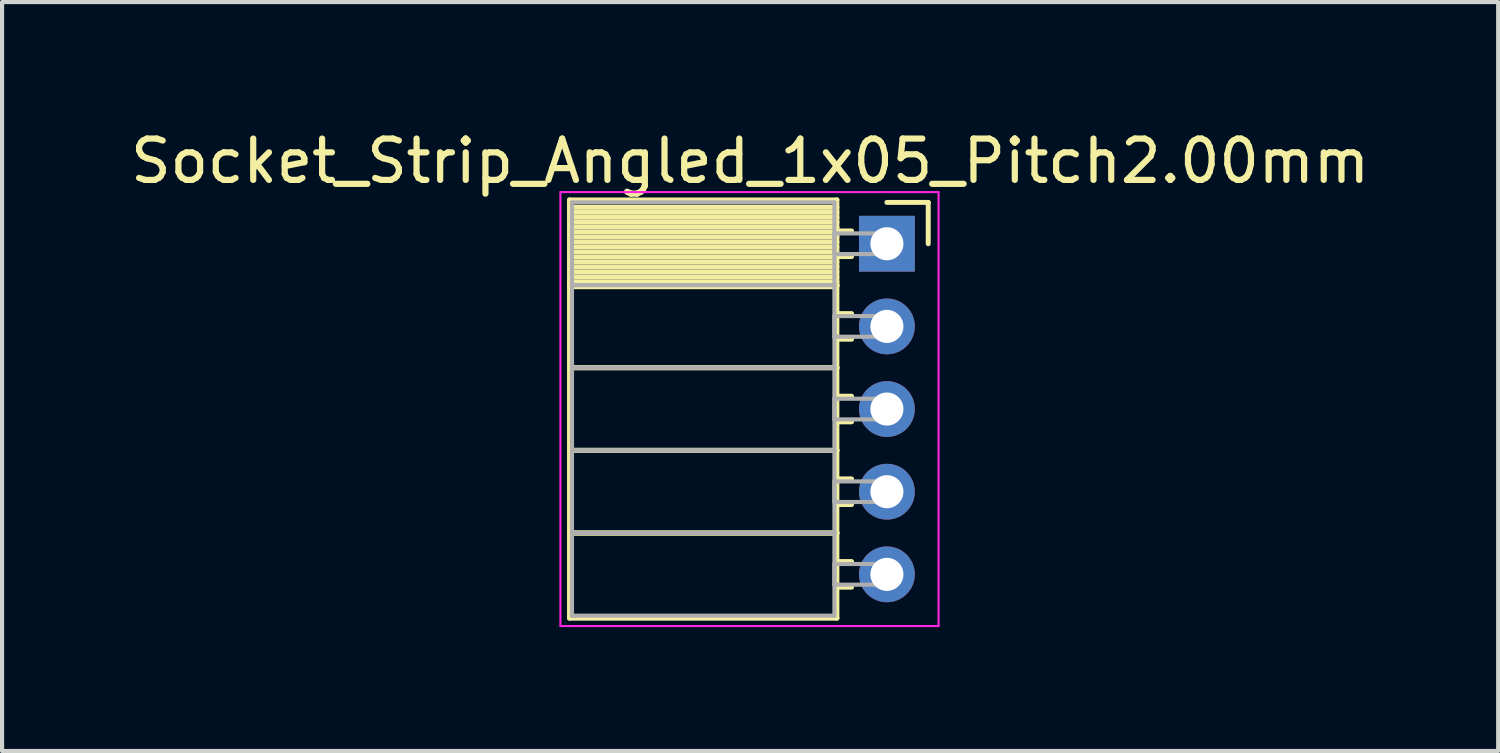
<source format=kicad_pcb>
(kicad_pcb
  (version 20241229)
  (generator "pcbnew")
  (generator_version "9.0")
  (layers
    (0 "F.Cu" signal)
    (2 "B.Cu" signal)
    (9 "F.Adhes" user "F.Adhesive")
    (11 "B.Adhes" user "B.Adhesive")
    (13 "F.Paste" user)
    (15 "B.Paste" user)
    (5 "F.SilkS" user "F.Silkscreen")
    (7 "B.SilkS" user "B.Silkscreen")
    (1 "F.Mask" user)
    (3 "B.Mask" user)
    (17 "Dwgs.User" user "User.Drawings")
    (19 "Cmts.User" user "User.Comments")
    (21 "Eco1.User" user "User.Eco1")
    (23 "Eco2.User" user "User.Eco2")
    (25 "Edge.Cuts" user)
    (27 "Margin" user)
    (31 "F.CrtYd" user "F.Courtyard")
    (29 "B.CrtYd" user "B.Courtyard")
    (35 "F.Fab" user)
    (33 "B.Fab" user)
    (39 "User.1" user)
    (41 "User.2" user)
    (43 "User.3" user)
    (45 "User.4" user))
  (footprint "Socket_Strip_Angled_1x05_Pitch2.00mm"
    (layer "F.Cu")
    (at 18.411 2.848)
    (property "Reference" "Socket_Strip_Angled_1x05_Pitch2.00mm" (at -3.31 -2 0) (layer "F.SilkS") (effects (font (size 1 1) (thickness 0.15))))
    (attr through_hole)
    (fp_line (start -7.68 -1.06) (end -1.21 -1.06) (stroke (width 0.12) (type solid)) (layer "F.SilkS"))
    (fp_line (start -7.68 1) (end -7.68 -1.06) (stroke (width 0.12) (type solid)) (layer "F.SilkS"))
    (fp_line (start -7.68 1) (end -1.21 1) (stroke (width 0.12) (type solid)) (layer "F.SilkS"))
    (fp_line (start -7.68 3) (end -7.68 1) (stroke (width 0.12) (type solid)) (layer "F.SilkS"))
    (fp_line (start -7.68 3) (end -1.21 3) (stroke (width 0.12) (type solid)) (layer "F.SilkS"))
    (fp_line (start -7.68 5) (end -7.68 3) (stroke (width 0.12) (type solid)) (layer "F.SilkS"))
    (fp_line (start -7.68 5) (end -1.21 5) (stroke (width 0.12) (type solid)) (layer "F.SilkS"))
    (fp_line (start -7.68 7) (end -7.68 5) (stroke (width 0.12) (type solid)) (layer "F.SilkS"))
    (fp_line (start -7.68 7) (end -1.21 7) (stroke (width 0.12) (type solid)) (layer "F.SilkS"))
    (fp_line (start -7.68 9.06) (end -7.68 7) (stroke (width 0.12) (type solid)) (layer "F.SilkS"))
    (fp_line (start -1.21 -1.06) (end -1.21 1) (stroke (width 0.12) (type solid)) (layer "F.SilkS"))
    (fp_line (start -1.21 -0.88) (end -7.68 -0.88) (stroke (width 0.12) (type solid)) (layer "F.SilkS"))
    (fp_line (start -1.21 -0.76) (end -7.68 -0.76) (stroke (width 0.12) (type solid)) (layer "F.SilkS"))
    (fp_line (start -1.21 -0.64) (end -7.68 -0.64) (stroke (width 0.12) (type solid)) (layer "F.SilkS"))
    (fp_line (start -1.21 -0.52) (end -7.68 -0.52) (stroke (width 0.12) (type solid)) (layer "F.SilkS"))
    (fp_line (start -1.21 -0.4) (end -7.68 -0.4) (stroke (width 0.12) (type solid)) (layer "F.SilkS"))
    (fp_line (start -1.21 -0.28) (end -7.68 -0.28) (stroke (width 0.12) (type solid)) (layer "F.SilkS"))
    (fp_line (start -1.21 -0.16) (end -7.68 -0.16) (stroke (width 0.12) (type solid)) (layer "F.SilkS"))
    (fp_line (start -1.21 -0.04) (end -7.68 -0.04) (stroke (width 0.12) (type solid)) (layer "F.SilkS"))
    (fp_line (start -1.21 0.08) (end -7.68 0.08) (stroke (width 0.12) (type solid)) (layer "F.SilkS"))
    (fp_line (start -1.21 0.2) (end -7.68 0.2) (stroke (width 0.12) (type solid)) (layer "F.SilkS"))
    (fp_line (start -1.21 0.32) (end -7.68 0.32) (stroke (width 0.12) (type solid)) (layer "F.SilkS"))
    (fp_line (start -1.21 0.44) (end -7.68 0.44) (stroke (width 0.12) (type solid)) (layer "F.SilkS"))
    (fp_line (start -1.21 0.56) (end -7.68 0.56) (stroke (width 0.12) (type solid)) (layer "F.SilkS"))
    (fp_line (start -1.21 0.68) (end -7.68 0.68) (stroke (width 0.12) (type solid)) (layer "F.SilkS"))
    (fp_line (start -1.21 0.8) (end -7.68 0.8) (stroke (width 0.12) (type solid)) (layer "F.SilkS"))
    (fp_line (start -1.21 0.92) (end -7.68 0.92) (stroke (width 0.12) (type solid)) (layer "F.SilkS"))
    (fp_line (start -1.21 1) (end -7.68 1) (stroke (width 0.12) (type solid)) (layer "F.SilkS"))
    (fp_line (start -1.21 1) (end -1.21 3) (stroke (width 0.12) (type solid)) (layer "F.SilkS"))
    (fp_line (start -1.21 1.04) (end -7.68 1.04) (stroke (width 0.12) (type solid)) (layer "F.SilkS"))
    (fp_line (start -1.21 3) (end -7.68 3) (stroke (width 0.12) (type solid)) (layer "F.SilkS"))
    (fp_line (start -1.21 3) (end -1.21 5) (stroke (width 0.12) (type solid)) (layer "F.SilkS"))
    (fp_line (start -1.21 5) (end -7.68 5) (stroke (width 0.12) (type solid)) (layer "F.SilkS"))
    (fp_line (start -1.21 5) (end -1.21 7) (stroke (width 0.12) (type solid)) (layer "F.SilkS"))
    (fp_line (start -1.21 7) (end -7.68 7) (stroke (width 0.12) (type solid)) (layer "F.SilkS"))
    (fp_line (start -1.21 7) (end -1.21 9.06) (stroke (width 0.12) (type solid)) (layer "F.SilkS"))
    (fp_line (start -1.21 9.06) (end -7.68 9.06) (stroke (width 0.12) (type solid)) (layer "F.SilkS"))
    (fp_line (start -0.855 -0.31) (end -1.21 -0.31) (stroke (width 0.12) (type solid)) (layer "F.SilkS"))
    (fp_line (start -0.855 0.31) (end -1.21 0.31) (stroke (width 0.12) (type solid)) (layer "F.SilkS"))
    (fp_line (start -0.855 1.69) (end -1.21 1.69) (stroke (width 0.12) (type solid)) (layer "F.SilkS"))
    (fp_line (start -0.855 2.31) (end -1.21 2.31) (stroke (width 0.12) (type solid)) (layer "F.SilkS"))
    (fp_line (start -0.855 3.69) (end -1.21 3.69) (stroke (width 0.12) (type solid)) (layer "F.SilkS"))
    (fp_line (start -0.855 4.31) (end -1.21 4.31) (stroke (width 0.12) (type solid)) (layer "F.SilkS"))
    (fp_line (start -0.855 5.69) (end -1.21 5.69) (stroke (width 0.12) (type solid)) (layer "F.SilkS"))
    (fp_line (start -0.855 6.31) (end -1.21 6.31) (stroke (width 0.12) (type solid)) (layer "F.SilkS"))
    (fp_line (start -0.855 7.69) (end -1.21 7.69) (stroke (width 0.12) (type solid)) (layer "F.SilkS"))
    (fp_line (start -0.855 8.31) (end -1.21 8.31) (stroke (width 0.12) (type solid)) (layer "F.SilkS"))
    (fp_line (start 0 -1) (end 1 -1) (stroke (width 0.12) (type solid)) (layer "F.SilkS"))
    (fp_line (start 1 -1) (end 1 0) (stroke (width 0.12) (type solid)) (layer "F.SilkS"))
    (fp_line (start -7.9 -1.25) (end 1.25 -1.25) (stroke (width 0.05) (type solid)) (layer "F.CrtYd"))
    (fp_line (start -7.9 9.25) (end -7.9 -1.25) (stroke (width 0.05) (type solid)) (layer "F.CrtYd"))
    (fp_line (start 1.25 -1.25) (end 1.25 9.25) (stroke (width 0.05) (type solid)) (layer "F.CrtYd"))
    (fp_line (start 1.25 9.25) (end -7.9 9.25) (stroke (width 0.05) (type solid)) (layer "F.CrtYd"))
    (fp_line (start -7.62 -1) (end -1.27 -1) (stroke (width 0.1) (type solid)) (layer "F.Fab"))
    (fp_line (start -7.62 1) (end -7.62 -1) (stroke (width 0.1) (type solid)) (layer "F.Fab"))
    (fp_line (start -7.62 1) (end -1.27 1) (stroke (width 0.1) (type solid)) (layer "F.Fab"))
    (fp_line (start -7.62 3) (end -7.62 1) (stroke (width 0.1) (type solid)) (layer "F.Fab"))
    (fp_line (start -7.62 3) (end -1.27 3) (stroke (width 0.1) (type solid)) (layer "F.Fab"))
    (fp_line (start -7.62 5) (end -7.62 3) (stroke (width 0.1) (type solid)) (layer "F.Fab"))
    (fp_line (start -7.62 5) (end -1.27 5) (stroke (width 0.1) (type solid)) (layer "F.Fab"))
    (fp_line (start -7.62 7) (end -7.62 5) (stroke (width 0.1) (type solid)) (layer "F.Fab"))
    (fp_line (start -7.62 7) (end -1.27 7) (stroke (width 0.1) (type solid)) (layer "F.Fab"))
    (fp_line (start -7.62 9) (end -7.62 7) (stroke (width 0.1) (type solid)) (layer "F.Fab"))
    (fp_line (start -1.27 -1) (end -1.27 1) (stroke (width 0.1) (type solid)) (layer "F.Fab"))
    (fp_line (start -1.27 -0.25) (end 0 -0.25) (stroke (width 0.1) (type solid)) (layer "F.Fab"))
    (fp_line (start -1.27 0.25) (end -1.27 -0.25) (stroke (width 0.1) (type solid)) (layer "F.Fab"))
    (fp_line (start -1.27 1) (end -7.62 1) (stroke (width 0.1) (type solid)) (layer "F.Fab"))
    (fp_line (start -1.27 1) (end -1.27 3) (stroke (width 0.1) (type solid)) (layer "F.Fab"))
    (fp_line (start -1.27 1.75) (end 0 1.75) (stroke (width 0.1) (type solid)) (layer "F.Fab"))
    (fp_line (start -1.27 2.25) (end -1.27 1.75) (stroke (width 0.1) (type solid)) (layer "F.Fab"))
    (fp_line (start -1.27 3) (end -7.62 3) (stroke (width 0.1) (type solid)) (layer "F.Fab"))
    (fp_line (start -1.27 3) (end -1.27 5) (stroke (width 0.1) (type solid)) (layer "F.Fab"))
    (fp_line (start -1.27 3.75) (end 0 3.75) (stroke (width 0.1) (type solid)) (layer "F.Fab"))
    (fp_line (start -1.27 4.25) (end -1.27 3.75) (stroke (width 0.1) (type solid)) (layer "F.Fab"))
    (fp_line (start -1.27 5) (end -7.62 5) (stroke (width 0.1) (type solid)) (layer "F.Fab"))
    (fp_line (start -1.27 5) (end -1.27 7) (stroke (width 0.1) (type solid)) (layer "F.Fab"))
    (fp_line (start -1.27 5.75) (end 0 5.75) (stroke (width 0.1) (type solid)) (layer "F.Fab"))
    (fp_line (start -1.27 6.25) (end -1.27 5.75) (stroke (width 0.1) (type solid)) (layer "F.Fab"))
    (fp_line (start -1.27 7) (end -7.62 7) (stroke (width 0.1) (type solid)) (layer "F.Fab"))
    (fp_line (start -1.27 7) (end -1.27 9) (stroke (width 0.1) (type solid)) (layer "F.Fab"))
    (fp_line (start -1.27 7.75) (end 0 7.75) (stroke (width 0.1) (type solid)) (layer "F.Fab"))
    (fp_line (start -1.27 8.25) (end -1.27 7.75) (stroke (width 0.1) (type solid)) (layer "F.Fab"))
    (fp_line (start -1.27 9) (end -7.62 9) (stroke (width 0.1) (type solid)) (layer "F.Fab"))
    (fp_line (start 0 -0.25) (end 0 0.25) (stroke (width 0.1) (type solid)) (layer "F.Fab"))
    (fp_line (start 0 0.25) (end -1.27 0.25) (stroke (width 0.1) (type solid)) (layer "F.Fab"))
    (fp_line (start 0 1.75) (end 0 2.25) (stroke (width 0.1) (type solid)) (layer "F.Fab"))
    (fp_line (start 0 2.25) (end -1.27 2.25) (stroke (width 0.1) (type solid)) (layer "F.Fab"))
    (fp_line (start 0 3.75) (end 0 4.25) (stroke (width 0.1) (type solid)) (layer "F.Fab"))
    (fp_line (start 0 4.25) (end -1.27 4.25) (stroke (width 0.1) (type solid)) (layer "F.Fab"))
    (fp_line (start 0 5.75) (end 0 6.25) (stroke (width 0.1) (type solid)) (layer "F.Fab"))
    (fp_line (start 0 6.25) (end -1.27 6.25) (stroke (width 0.1) (type solid)) (layer "F.Fab"))
    (fp_line (start 0 7.75) (end 0 8.25) (stroke (width 0.1) (type solid)) (layer "F.Fab"))
    (fp_line (start 0 8.25) (end -1.27 8.25) (stroke (width 0.1) (type solid)) (layer "F.Fab"))
    (pad "1" thru_hole rect (at 0 0) (size 1.35 1.35) (drill 0.8) (layers "*.Cu" "*.Mask"))
    (pad "2" thru_hole oval (at 0 2) (size 1.35 1.35) (drill 0.8) (layers "*.Cu" "*.Mask"))
    (pad "3" thru_hole oval (at 0 4) (size 1.35 1.35) (drill 0.8) (layers "*.Cu" "*.Mask"))
    (pad "4" thru_hole oval (at 0 6) (size 1.35 1.35) (drill 0.8) (layers "*.Cu" "*.Mask"))
    (pad "5" thru_hole oval (at 0 8) (size 1.35 1.35) (drill 0.8) (layers "*.Cu" "*.Mask")))
  (gr_rect
    (start -3 -3)
    (end 33.202 15.123)
    (stroke (width 0.1) (type default))
    (fill no)
    (layer "Edge.Cuts")))
</source>
